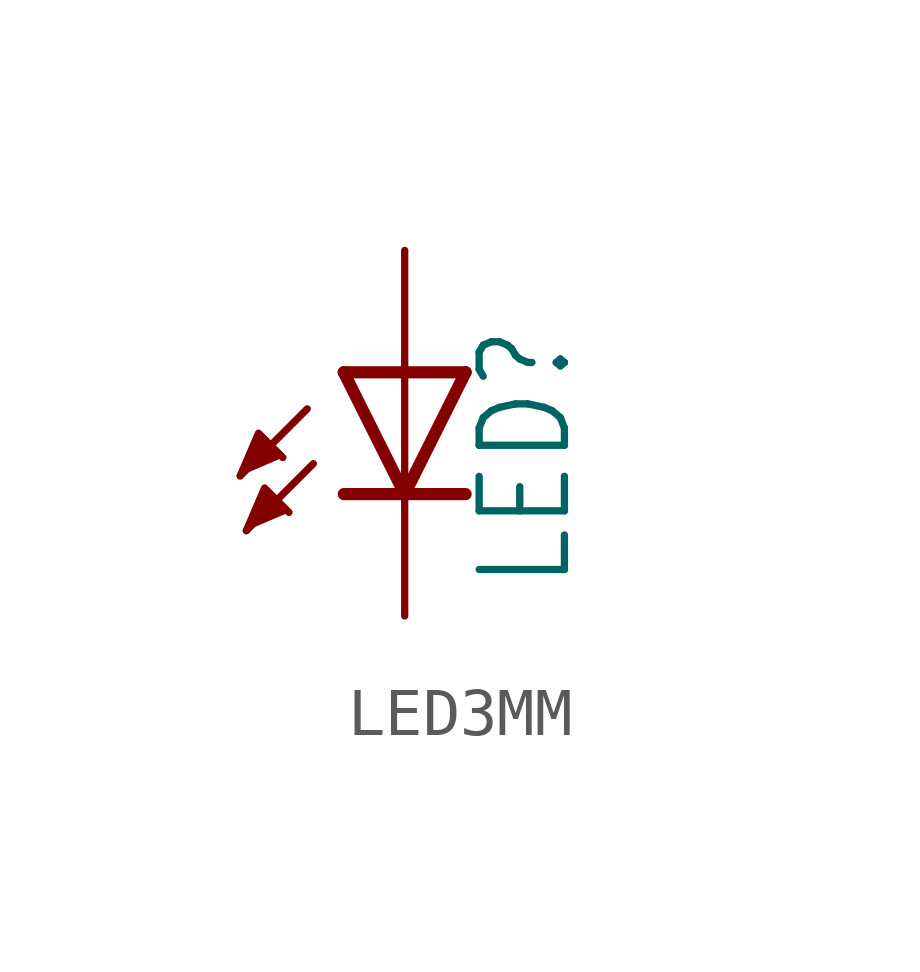
<source format=kicad_sym>
(kicad_symbol_lib
  (version 20220914)
  (generator kicad_symbol_editor)
  (symbol "LED3MM"
    (property "Reference" "LED"
      (at 3.556 -4.572 90)
      (effects (font (size 1.778 1.511)) (justify left bottom)))
    (property "Value" ""
      (at 5.715 -4.572 90)
      (effects (font (size 1.778 1.511)) (justify left bottom)))
    (property "ki_locked" ""
      (at 0 0 0)
      (effects (font (size 1.27 1.27))))
    (symbol "LED3MM_1_0"
      (polyline (pts (xy -2.032 -0.762) (xy -3.429 -2.159)) (stroke (width 0.152) (type solid)) (fill (type none)))
      (polyline (pts (xy -1.905 -1.905) (xy -3.302 -3.302)) (stroke (width 0.152) (type solid)) (fill (type none)))
      (polyline (pts (xy 0 -2.54) (xy -1.27 -2.54)) (stroke (width 0.254) (type solid)) (fill (type none)))
      (polyline (pts (xy 0 -2.54) (xy -1.27 0)) (stroke (width 0.254) (type solid)) (fill (type none)))
      (polyline (pts (xy 0 0) (xy -1.27 0)) (stroke (width 0.254) (type solid)) (fill (type none)))
      (polyline (pts (xy 0 0) (xy 0 -2.54)) (stroke (width 0.152) (type solid)) (fill (type none)))
      (polyline (pts (xy 1.27 -2.54) (xy 0 -2.54)) (stroke (width 0.254) (type solid)) (fill (type none)))
      (polyline (pts (xy 1.27 0) (xy 0 -2.54)) (stroke (width 0.254) (type solid)) (fill (type none)))
      (polyline (pts (xy 1.27 0) (xy 0 0)) (stroke (width 0.254) (type solid)) (fill (type none)))
      (polyline (pts (xy -3.429 -2.159) (xy -3.048 -1.27) (xy -2.54 -1.778)) (stroke (width 0.152) (type solid)) (fill (type outline)))
      (polyline (pts (xy -3.302 -3.302) (xy -2.921 -2.413) (xy -2.413 -2.921)) (stroke (width 0.152) (type solid)) (fill (type outline)))
      (pin passive line (at 0 2.54 270) (length 2.54) (name "A" (effects (font (size 0 0)))) (number "A" (effects (font (size 0 0)))))
      (pin passive line (at 0 -5.08 90) (length 2.54) (name "C" (effects (font (size 0 0)))) (number "K" (effects (font (size 0 0))))))))
</source>
